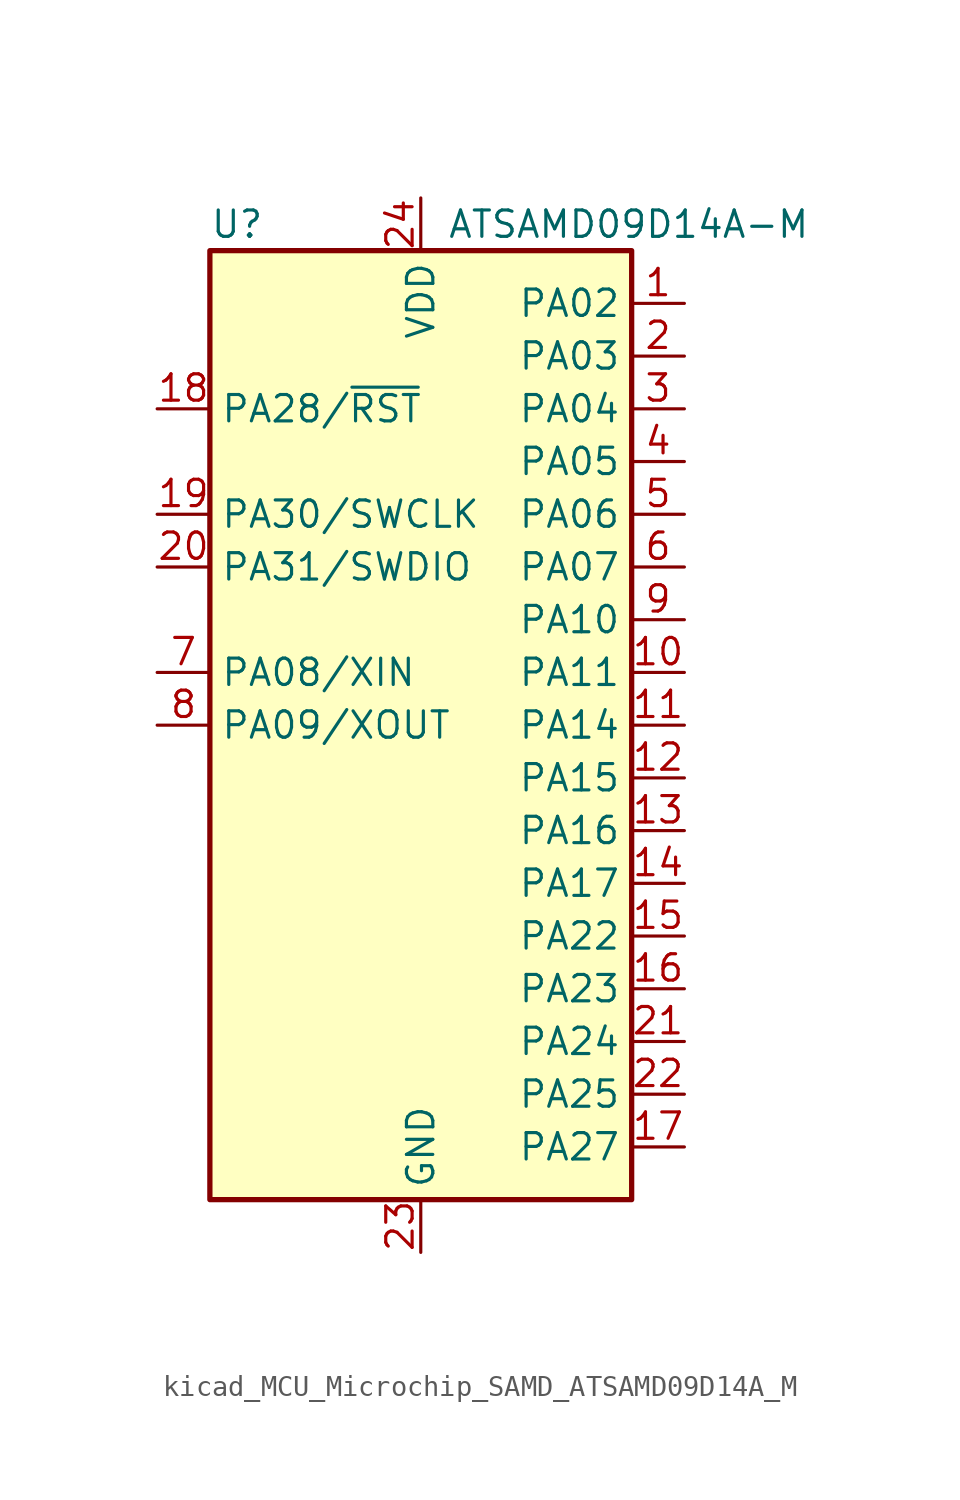
<source format=kicad_sym>
(kicad_symbol_lib
  (version 20220914)
  (generator kicad_symbol_editor)
  (symbol "kicad_MCU_Microchip_SAMD_ATSAMD09D14A_M"
    (property "Reference" "U"
      (at -10.16 24.13 0)
      (effects (font (size 1.27 1.27)) (justify left)))
    (property "Value" "ATSAMD09D14A-M"
      (at 1.27 24.13 0)
      (effects (font (size 1.27 1.27)) (justify left)))
    (symbol "kicad_MCU_Microchip_SAMD_ATSAMD09D14A_M_0_1"
      (rectangle (start -10.16 22.86) (end 10.16 -22.86) (stroke (width 0.254) (type default)) (fill (type background))))
    (symbol "kicad_MCU_Microchip_SAMD_ATSAMD09D14A_M_1_1"
      (pin bidirectional line (at 12.7 20.32 180) (length 2.54) (name "PA02" (effects (font (size 1.27 1.27)))) (number "1" (effects (font (size 1.27 1.27)))))
      (pin bidirectional line (at 12.7 2.54 180) (length 2.54) (name "PA11" (effects (font (size 1.27 1.27)))) (number "10" (effects (font (size 1.27 1.27)))))
      (pin bidirectional line (at 12.7 0 180) (length 2.54) (name "PA14" (effects (font (size 1.27 1.27)))) (number "11" (effects (font (size 1.27 1.27)))))
      (pin bidirectional line (at 12.7 -2.54 180) (length 2.54) (name "PA15" (effects (font (size 1.27 1.27)))) (number "12" (effects (font (size 1.27 1.27)))))
      (pin bidirectional line (at 12.7 -5.08 180) (length 2.54) (name "PA16" (effects (font (size 1.27 1.27)))) (number "13" (effects (font (size 1.27 1.27)))))
      (pin bidirectional line (at 12.7 -7.62 180) (length 2.54) (name "PA17" (effects (font (size 1.27 1.27)))) (number "14" (effects (font (size 1.27 1.27)))))
      (pin bidirectional line (at 12.7 -10.16 180) (length 2.54) (name "PA22" (effects (font (size 1.27 1.27)))) (number "15" (effects (font (size 1.27 1.27)))))
      (pin bidirectional line (at 12.7 -12.7 180) (length 2.54) (name "PA23" (effects (font (size 1.27 1.27)))) (number "16" (effects (font (size 1.27 1.27)))))
      (pin bidirectional line (at 12.7 -20.32 180) (length 2.54) (name "PA27" (effects (font (size 1.27 1.27)))) (number "17" (effects (font (size 1.27 1.27)))))
      (pin bidirectional line (at -12.7 15.24 0) (length 2.54) (name "PA28/~{RST}" (effects (font (size 1.27 1.27)))) (number "18" (effects (font (size 1.27 1.27)))))
      (pin bidirectional line (at -12.7 10.16 0) (length 2.54) (name "PA30/SWCLK" (effects (font (size 1.27 1.27)))) (number "19" (effects (font (size 1.27 1.27)))))
      (pin bidirectional line (at 12.7 17.78 180) (length 2.54) (name "PA03" (effects (font (size 1.27 1.27)))) (number "2" (effects (font (size 1.27 1.27)))))
      (pin bidirectional line (at -12.7 7.62 0) (length 2.54) (name "PA31/SWDIO" (effects (font (size 1.27 1.27)))) (number "20" (effects (font (size 1.27 1.27)))))
      (pin bidirectional line (at 12.7 -15.24 180) (length 2.54) (name "PA24" (effects (font (size 1.27 1.27)))) (number "21" (effects (font (size 1.27 1.27)))))
      (pin bidirectional line (at 12.7 -17.78 180) (length 2.54) (name "PA25" (effects (font (size 1.27 1.27)))) (number "22" (effects (font (size 1.27 1.27)))))
      (pin power_in line (at 0 -25.4 90) (length 2.54) (name "GND" (effects (font (size 1.27 1.27)))) (number "23" (effects (font (size 1.27 1.27)))))
      (pin power_in line (at 0 25.4 270) (length 2.54) (name "VDD" (effects (font (size 1.27 1.27)))) (number "24" (effects (font (size 1.27 1.27)))))
      (pin bidirectional line (at 12.7 15.24 180) (length 2.54) (name "PA04" (effects (font (size 1.27 1.27)))) (number "3" (effects (font (size 1.27 1.27)))))
      (pin bidirectional line (at 12.7 12.7 180) (length 2.54) (name "PA05" (effects (font (size 1.27 1.27)))) (number "4" (effects (font (size 1.27 1.27)))))
      (pin bidirectional line (at 12.7 10.16 180) (length 2.54) (name "PA06" (effects (font (size 1.27 1.27)))) (number "5" (effects (font (size 1.27 1.27)))))
      (pin bidirectional line (at 12.7 7.62 180) (length 2.54) (name "PA07" (effects (font (size 1.27 1.27)))) (number "6" (effects (font (size 1.27 1.27)))))
      (pin bidirectional line (at -12.7 2.54 0) (length 2.54) (name "PA08/XIN" (effects (font (size 1.27 1.27)))) (number "7" (effects (font (size 1.27 1.27)))))
      (pin bidirectional line (at -12.7 0 0) (length 2.54) (name "PA09/XOUT" (effects (font (size 1.27 1.27)))) (number "8" (effects (font (size 1.27 1.27)))))
      (pin bidirectional line (at 12.7 5.08 180) (length 2.54) (name "PA10" (effects (font (size 1.27 1.27)))) (number "9" (effects (font (size 1.27 1.27))))))))
</source>
